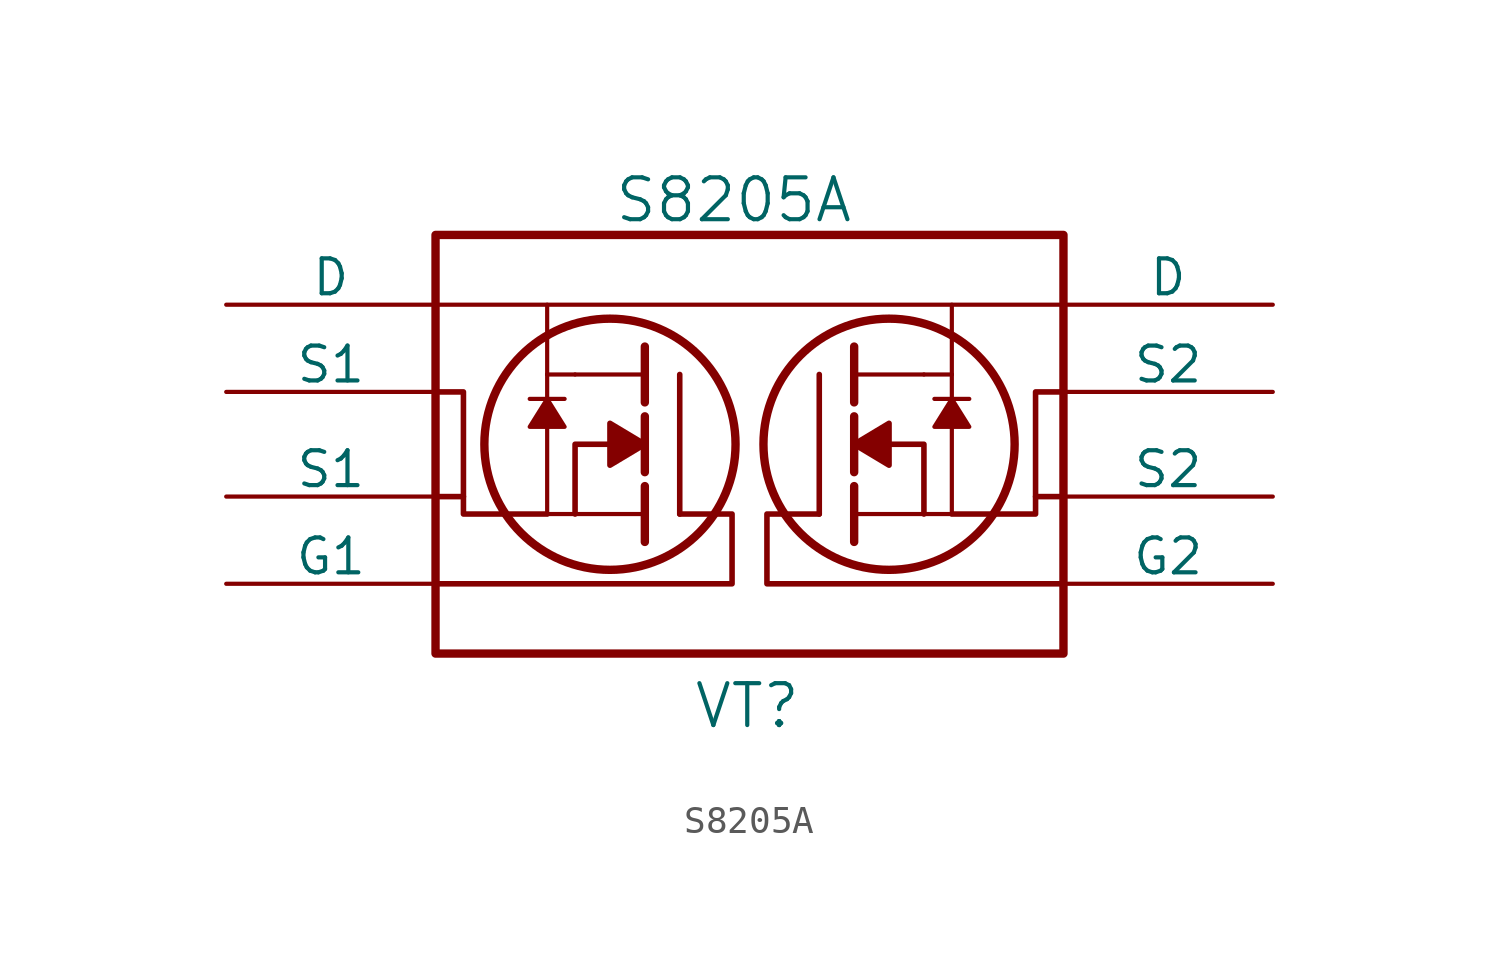
<source format=kicad_sym>
(kicad_symbol_lib
  (version 20220914)
  (generator kicad_symbol_editor)
  (symbol "S8205A"
    (pin_numbers hide)
    (pin_names
      (offset 0))
    (property "Reference" "VT"
      (at 1.905 -9.525 0)
      (effects (font (size 1.524 1.524)) (justify right)))
    (property "Value" "S8205A"
      (at 3.81 8.89 0)
      (effects (font (size 1.524 1.524)) (justify right)))
    (property "Datasheet" ""
      (at 3.81 0 0)
      (effects (font (size 1.524 1.524))))
    (symbol "S8205A_0_1"
      (rectangle (start -11.43 7.62) (end 11.43 -7.62) (stroke (width 0.305) (type solid)) (fill (type none)))
      (circle (center -5.08 0) (radius 4.572) (stroke (width 0.305) (type solid)) (fill (type none)))
      (polyline (pts (xy -8.001 1.651) (xy -6.731 1.651)) (stroke (width 0) (type solid)) (fill (type none)))
      (polyline (pts (xy -7.366 -2.54) (xy -6.35 -2.54)) (stroke (width 0) (type solid)) (fill (type none)))
      (polyline (pts (xy -7.366 2.54) (xy -7.366 -2.54)) (stroke (width 0) (type solid)) (fill (type none)))
      (polyline (pts (xy -7.366 2.54) (xy -7.366 5.08)) (stroke (width 0.152) (type solid)) (fill (type none)))
      (polyline (pts (xy -7.366 2.54) (xy -6.35 2.54)) (stroke (width 0) (type solid)) (fill (type none)))
      (polyline (pts (xy -6.35 -2.54) (xy -3.81 -2.54)) (stroke (width 0) (type solid)) (fill (type none)))
      (polyline (pts (xy -6.35 2.54) (xy -3.81 2.54)) (stroke (width 0) (type solid)) (fill (type none)))
      (polyline (pts (xy -3.81 -1.524) (xy -3.81 -3.556)) (stroke (width 0.305) (type solid)) (fill (type none)))
      (polyline (pts (xy -3.81 1.016) (xy -3.81 -1.016)) (stroke (width 0.305) (type solid)) (fill (type none)))
      (polyline (pts (xy -3.81 3.556) (xy -3.81 1.524)) (stroke (width 0.305) (type solid)) (fill (type none)))
      (polyline (pts (xy -2.54 -2.54) (xy -2.54 2.54)) (stroke (width 0.203) (type solid)) (fill (type none)))
      (polyline (pts (xy 2.54 -2.54) (xy 2.54 2.54)) (stroke (width 0.203) (type solid)) (fill (type none)))
      (polyline (pts (xy 3.81 -1.524) (xy 3.81 -3.556)) (stroke (width 0.305) (type solid)) (fill (type none)))
      (polyline (pts (xy 3.81 1.016) (xy 3.81 -1.016)) (stroke (width 0.305) (type solid)) (fill (type none)))
      (polyline (pts (xy 3.81 3.556) (xy 3.81 1.524)) (stroke (width 0.305) (type solid)) (fill (type none)))
      (polyline (pts (xy 6.35 -2.54) (xy 3.81 -2.54)) (stroke (width 0) (type solid)) (fill (type none)))
      (polyline (pts (xy 6.35 2.54) (xy 3.81 2.54)) (stroke (width 0) (type solid)) (fill (type none)))
      (polyline (pts (xy 6.35 2.54) (xy 7.366 2.54)) (stroke (width 0) (type solid)) (fill (type none)))
      (polyline (pts (xy 6.731 1.651) (xy 8.001 1.651)) (stroke (width 0) (type solid)) (fill (type none)))
      (polyline (pts (xy 7.366 -2.54) (xy 6.35 -2.54)) (stroke (width 0) (type solid)) (fill (type none)))
      (polyline (pts (xy 7.366 2.54) (xy 7.366 -2.54)) (stroke (width 0) (type solid)) (fill (type none)))
      (polyline (pts (xy 7.366 2.54) (xy 7.366 5.08)) (stroke (width 0.152) (type solid)) (fill (type none)))
      (polyline (pts (xy 11.43 5.08) (xy -11.43 5.08)) (stroke (width 0.152) (type solid)) (fill (type none)))
      (polyline (pts (xy -7.366 -2.54) (xy -10.414 -2.54) (xy -10.414 -1.905)) (stroke (width 0.203) (type solid)) (fill (type none)))
      (polyline (pts (xy -6.35 -2.54) (xy -6.35 0) (xy -5.08 0)) (stroke (width 0.203) (type solid)) (fill (type none)))
      (polyline (pts (xy 6.35 -2.54) (xy 6.35 0) (xy 5.08 0)) (stroke (width 0.203) (type solid)) (fill (type none)))
      (polyline (pts (xy 10.414 -1.905) (xy 10.414 -2.54) (xy 7.366 -2.54)) (stroke (width 0.203) (type solid)) (fill (type none)))
      (polyline (pts (xy -11.43 -5.08) (xy -0.635 -5.08) (xy -0.635 -2.54) (xy -2.54 -2.54)) (stroke (width 0.203) (type solid)) (fill (type none)))
      (polyline (pts (xy -11.43 1.905) (xy -10.414 1.905) (xy -10.414 -1.905) (xy -11.43 -1.905)) (stroke (width 0.203) (type solid)) (fill (type none)))
      (polyline (pts (xy -7.366 1.651) (xy -8.001 0.635) (xy -6.731 0.635) (xy -7.366 1.651)) (stroke (width 0) (type solid)) (fill (type outline)))
      (polyline (pts (xy 7.366 1.651) (xy 6.731 0.635) (xy 8.001 0.635) (xy 7.366 1.651)) (stroke (width 0) (type solid)) (fill (type outline)))
      (polyline (pts (xy 11.43 -5.08) (xy 0.635 -5.08) (xy 0.635 -2.54) (xy 2.54 -2.54)) (stroke (width 0.203) (type solid)) (fill (type none)))
      (polyline (pts (xy 11.43 -1.905) (xy 10.414 -1.905) (xy 10.414 1.905) (xy 11.43 1.905)) (stroke (width 0.203) (type solid)) (fill (type none)))
      (polyline (pts (xy -5.08 0.762) (xy -5.08 -0.762) (xy -3.81 0) (xy -5.08 0.762) (xy -5.08 0.762)) (stroke (width 0.203) (type solid)) (fill (type outline)))
      (polyline (pts (xy 5.08 0.762) (xy 5.08 -0.762) (xy 3.81 0) (xy 5.08 0.762) (xy 5.08 0.762)) (stroke (width 0.203) (type solid)) (fill (type outline)))
      (circle (center 5.08 0) (radius 4.572) (stroke (width 0.305) (type solid)) (fill (type none))))
    (symbol "S8205A_1_1"
      (pin passive line (at -19.05 5.08 0) (length 7.62) (name "D" (effects (font (size 1.27 1.27)))) (number "1" (effects (font (size 1.27 1.27)))))
      (pin passive line (at -19.05 1.905 0) (length 7.62) (name "S1" (effects (font (size 1.27 1.27)))) (number "2" (effects (font (size 1.27 1.27)))))
      (pin passive line (at -19.05 -1.905 0) (length 7.62) (name "S1" (effects (font (size 1.27 1.27)))) (number "3" (effects (font (size 1.27 1.27)))))
      (pin passive line (at -19.05 -5.08 0) (length 7.62) (name "G1" (effects (font (size 1.27 1.27)))) (number "4" (effects (font (size 1.27 1.27)))))
      (pin passive line (at 19.05 -5.08 180) (length 7.62) (name "G2" (effects (font (size 1.27 1.27)))) (number "5" (effects (font (size 1.27 1.27)))))
      (pin passive line (at 19.05 -1.905 180) (length 7.62) (name "S2" (effects (font (size 1.27 1.27)))) (number "6" (effects (font (size 1.27 1.27)))))
      (pin passive line (at 19.05 1.905 180) (length 7.62) (name "S2" (effects (font (size 1.27 1.27)))) (number "7" (effects (font (size 1.27 1.27)))))
      (pin passive line (at 19.05 5.08 180) (length 7.62) (name "D" (effects (font (size 1.27 1.27)))) (number "8" (effects (font (size 1.27 1.27))))))))
</source>
